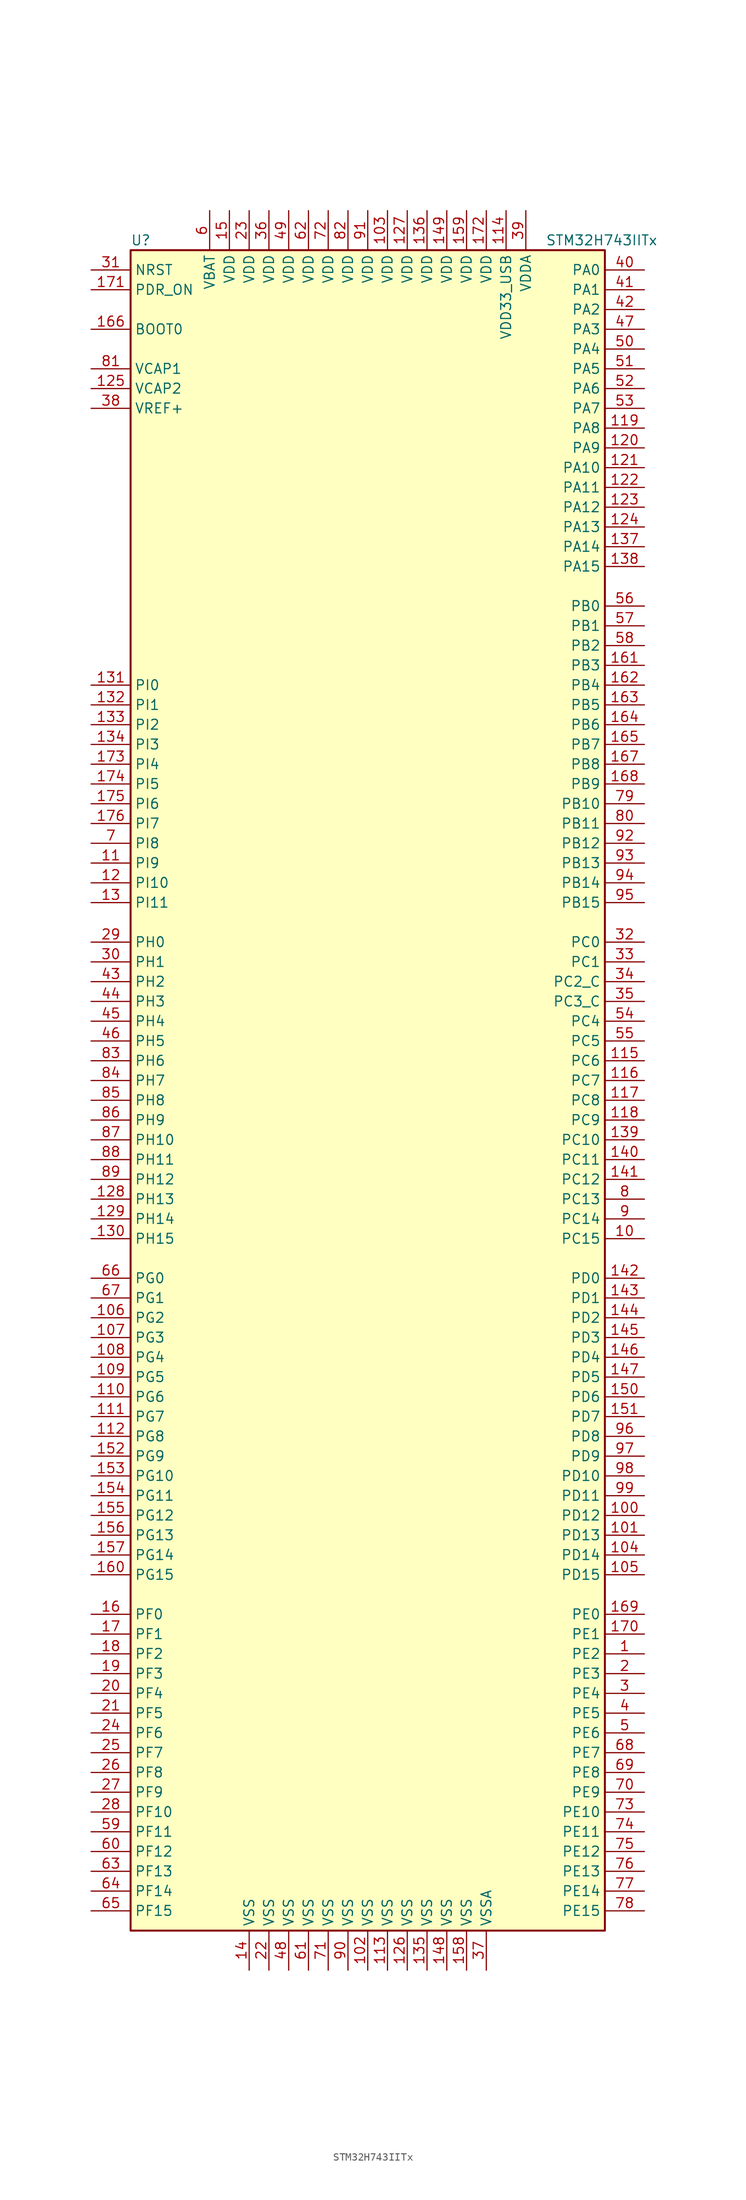
<source format=kicad_sym>
(kicad_symbol_lib
  (version 20211014)
  (generator kicad_symbol_editor)
  (symbol "STM32H743IITx"
    (property "Reference" "U"
      (at -30.48 107.95 0)
      (effects (font (size 1.27 1.27)) (justify left)))
    (property "Value" "STM32H743IITx"
      (at 22.86 107.95 0)
      (effects (font (size 1.27 1.27)) (justify left)))
    (symbol "STM32H743IITx_0_1"
      (rectangle (start -30.48 -109.22) (end 30.48 106.68) (stroke (width 0.254) (type default) (color 0 0 0 0)) (fill (type background))))
    (symbol "STM32H743IITx_1_1"
      (pin bidirectional line (at 35.56 -73.66 180) (length 5.08) (name "PE2" (effects (font (size 1.27 1.27)))) (number "1" (effects (font (size 1.27 1.27)))))
      (pin bidirectional line (at 35.56 -20.32 180) (length 5.08) (name "PC15" (effects (font (size 1.27 1.27)))) (number "10" (effects (font (size 1.27 1.27)))))
      (pin bidirectional line (at 35.56 -55.88 180) (length 5.08) (name "PD12" (effects (font (size 1.27 1.27)))) (number "100" (effects (font (size 1.27 1.27)))))
      (pin bidirectional line (at 35.56 -58.42 180) (length 5.08) (name "PD13" (effects (font (size 1.27 1.27)))) (number "101" (effects (font (size 1.27 1.27)))))
      (pin power_in line (at 0 -114.3 90) (length 5.08) (name "VSS" (effects (font (size 1.27 1.27)))) (number "102" (effects (font (size 1.27 1.27)))))
      (pin power_in line (at 2.54 111.76 270) (length 5.08) (name "VDD" (effects (font (size 1.27 1.27)))) (number "103" (effects (font (size 1.27 1.27)))))
      (pin bidirectional line (at 35.56 -60.96 180) (length 5.08) (name "PD14" (effects (font (size 1.27 1.27)))) (number "104" (effects (font (size 1.27 1.27)))))
      (pin bidirectional line (at 35.56 -63.5 180) (length 5.08) (name "PD15" (effects (font (size 1.27 1.27)))) (number "105" (effects (font (size 1.27 1.27)))))
      (pin bidirectional line (at -35.56 -30.48 0) (length 5.08) (name "PG2" (effects (font (size 1.27 1.27)))) (number "106" (effects (font (size 1.27 1.27)))))
      (pin bidirectional line (at -35.56 -33.02 0) (length 5.08) (name "PG3" (effects (font (size 1.27 1.27)))) (number "107" (effects (font (size 1.27 1.27)))))
      (pin bidirectional line (at -35.56 -35.56 0) (length 5.08) (name "PG4" (effects (font (size 1.27 1.27)))) (number "108" (effects (font (size 1.27 1.27)))))
      (pin bidirectional line (at -35.56 -38.1 0) (length 5.08) (name "PG5" (effects (font (size 1.27 1.27)))) (number "109" (effects (font (size 1.27 1.27)))))
      (pin bidirectional line (at -35.56 27.94 0) (length 5.08) (name "PI9" (effects (font (size 1.27 1.27)))) (number "11" (effects (font (size 1.27 1.27)))))
      (pin bidirectional line (at -35.56 -40.64 0) (length 5.08) (name "PG6" (effects (font (size 1.27 1.27)))) (number "110" (effects (font (size 1.27 1.27)))))
      (pin bidirectional line (at -35.56 -43.18 0) (length 5.08) (name "PG7" (effects (font (size 1.27 1.27)))) (number "111" (effects (font (size 1.27 1.27)))))
      (pin bidirectional line (at -35.56 -45.72 0) (length 5.08) (name "PG8" (effects (font (size 1.27 1.27)))) (number "112" (effects (font (size 1.27 1.27)))))
      (pin power_in line (at 2.54 -114.3 90) (length 5.08) (name "VSS" (effects (font (size 1.27 1.27)))) (number "113" (effects (font (size 1.27 1.27)))))
      (pin power_in line (at 17.78 111.76 270) (length 5.08) (name "VDD33_USB" (effects (font (size 1.27 1.27)))) (number "114" (effects (font (size 1.27 1.27)))))
      (pin bidirectional line (at 35.56 2.54 180) (length 5.08) (name "PC6" (effects (font (size 1.27 1.27)))) (number "115" (effects (font (size 1.27 1.27)))))
      (pin bidirectional line (at 35.56 0 180) (length 5.08) (name "PC7" (effects (font (size 1.27 1.27)))) (number "116" (effects (font (size 1.27 1.27)))))
      (pin bidirectional line (at 35.56 -2.54 180) (length 5.08) (name "PC8" (effects (font (size 1.27 1.27)))) (number "117" (effects (font (size 1.27 1.27)))))
      (pin bidirectional line (at 35.56 -5.08 180) (length 5.08) (name "PC9" (effects (font (size 1.27 1.27)))) (number "118" (effects (font (size 1.27 1.27)))))
      (pin bidirectional line (at 35.56 83.82 180) (length 5.08) (name "PA8" (effects (font (size 1.27 1.27)))) (number "119" (effects (font (size 1.27 1.27)))))
      (pin bidirectional line (at -35.56 25.4 0) (length 5.08) (name "PI10" (effects (font (size 1.27 1.27)))) (number "12" (effects (font (size 1.27 1.27)))))
      (pin bidirectional line (at 35.56 81.28 180) (length 5.08) (name "PA9" (effects (font (size 1.27 1.27)))) (number "120" (effects (font (size 1.27 1.27)))))
      (pin bidirectional line (at 35.56 78.74 180) (length 5.08) (name "PA10" (effects (font (size 1.27 1.27)))) (number "121" (effects (font (size 1.27 1.27)))))
      (pin bidirectional line (at 35.56 76.2 180) (length 5.08) (name "PA11" (effects (font (size 1.27 1.27)))) (number "122" (effects (font (size 1.27 1.27)))))
      (pin bidirectional line (at 35.56 73.66 180) (length 5.08) (name "PA12" (effects (font (size 1.27 1.27)))) (number "123" (effects (font (size 1.27 1.27)))))
      (pin bidirectional line (at 35.56 71.12 180) (length 5.08) (name "PA13" (effects (font (size 1.27 1.27)))) (number "124" (effects (font (size 1.27 1.27)))))
      (pin power_in line (at -35.56 88.9 0) (length 5.08) (name "VCAP2" (effects (font (size 1.27 1.27)))) (number "125" (effects (font (size 1.27 1.27)))))
      (pin power_in line (at 5.08 -114.3 90) (length 5.08) (name "VSS" (effects (font (size 1.27 1.27)))) (number "126" (effects (font (size 1.27 1.27)))))
      (pin power_in line (at 5.08 111.76 270) (length 5.08) (name "VDD" (effects (font (size 1.27 1.27)))) (number "127" (effects (font (size 1.27 1.27)))))
      (pin bidirectional line (at -35.56 -15.24 0) (length 5.08) (name "PH13" (effects (font (size 1.27 1.27)))) (number "128" (effects (font (size 1.27 1.27)))))
      (pin bidirectional line (at -35.56 -17.78 0) (length 5.08) (name "PH14" (effects (font (size 1.27 1.27)))) (number "129" (effects (font (size 1.27 1.27)))))
      (pin bidirectional line (at -35.56 22.86 0) (length 5.08) (name "PI11" (effects (font (size 1.27 1.27)))) (number "13" (effects (font (size 1.27 1.27)))))
      (pin bidirectional line (at -35.56 -20.32 0) (length 5.08) (name "PH15" (effects (font (size 1.27 1.27)))) (number "130" (effects (font (size 1.27 1.27)))))
      (pin bidirectional line (at -35.56 50.8 0) (length 5.08) (name "PI0" (effects (font (size 1.27 1.27)))) (number "131" (effects (font (size 1.27 1.27)))))
      (pin bidirectional line (at -35.56 48.26 0) (length 5.08) (name "PI1" (effects (font (size 1.27 1.27)))) (number "132" (effects (font (size 1.27 1.27)))))
      (pin bidirectional line (at -35.56 45.72 0) (length 5.08) (name "PI2" (effects (font (size 1.27 1.27)))) (number "133" (effects (font (size 1.27 1.27)))))
      (pin bidirectional line (at -35.56 43.18 0) (length 5.08) (name "PI3" (effects (font (size 1.27 1.27)))) (number "134" (effects (font (size 1.27 1.27)))))
      (pin power_in line (at 7.62 -114.3 90) (length 5.08) (name "VSS" (effects (font (size 1.27 1.27)))) (number "135" (effects (font (size 1.27 1.27)))))
      (pin power_in line (at 7.62 111.76 270) (length 5.08) (name "VDD" (effects (font (size 1.27 1.27)))) (number "136" (effects (font (size 1.27 1.27)))))
      (pin bidirectional line (at 35.56 68.58 180) (length 5.08) (name "PA14" (effects (font (size 1.27 1.27)))) (number "137" (effects (font (size 1.27 1.27)))))
      (pin bidirectional line (at 35.56 66.04 180) (length 5.08) (name "PA15" (effects (font (size 1.27 1.27)))) (number "138" (effects (font (size 1.27 1.27)))))
      (pin bidirectional line (at 35.56 -7.62 180) (length 5.08) (name "PC10" (effects (font (size 1.27 1.27)))) (number "139" (effects (font (size 1.27 1.27)))))
      (pin power_in line (at -15.24 -114.3 90) (length 5.08) (name "VSS" (effects (font (size 1.27 1.27)))) (number "14" (effects (font (size 1.27 1.27)))))
      (pin bidirectional line (at 35.56 -10.16 180) (length 5.08) (name "PC11" (effects (font (size 1.27 1.27)))) (number "140" (effects (font (size 1.27 1.27)))))
      (pin bidirectional line (at 35.56 -12.7 180) (length 5.08) (name "PC12" (effects (font (size 1.27 1.27)))) (number "141" (effects (font (size 1.27 1.27)))))
      (pin bidirectional line (at 35.56 -25.4 180) (length 5.08) (name "PD0" (effects (font (size 1.27 1.27)))) (number "142" (effects (font (size 1.27 1.27)))))
      (pin bidirectional line (at 35.56 -27.94 180) (length 5.08) (name "PD1" (effects (font (size 1.27 1.27)))) (number "143" (effects (font (size 1.27 1.27)))))
      (pin bidirectional line (at 35.56 -30.48 180) (length 5.08) (name "PD2" (effects (font (size 1.27 1.27)))) (number "144" (effects (font (size 1.27 1.27)))))
      (pin bidirectional line (at 35.56 -33.02 180) (length 5.08) (name "PD3" (effects (font (size 1.27 1.27)))) (number "145" (effects (font (size 1.27 1.27)))))
      (pin bidirectional line (at 35.56 -35.56 180) (length 5.08) (name "PD4" (effects (font (size 1.27 1.27)))) (number "146" (effects (font (size 1.27 1.27)))))
      (pin bidirectional line (at 35.56 -38.1 180) (length 5.08) (name "PD5" (effects (font (size 1.27 1.27)))) (number "147" (effects (font (size 1.27 1.27)))))
      (pin power_in line (at 10.16 -114.3 90) (length 5.08) (name "VSS" (effects (font (size 1.27 1.27)))) (number "148" (effects (font (size 1.27 1.27)))))
      (pin power_in line (at 10.16 111.76 270) (length 5.08) (name "VDD" (effects (font (size 1.27 1.27)))) (number "149" (effects (font (size 1.27 1.27)))))
      (pin power_in line (at -17.78 111.76 270) (length 5.08) (name "VDD" (effects (font (size 1.27 1.27)))) (number "15" (effects (font (size 1.27 1.27)))))
      (pin bidirectional line (at 35.56 -40.64 180) (length 5.08) (name "PD6" (effects (font (size 1.27 1.27)))) (number "150" (effects (font (size 1.27 1.27)))))
      (pin bidirectional line (at 35.56 -43.18 180) (length 5.08) (name "PD7" (effects (font (size 1.27 1.27)))) (number "151" (effects (font (size 1.27 1.27)))))
      (pin bidirectional line (at -35.56 -48.26 0) (length 5.08) (name "PG9" (effects (font (size 1.27 1.27)))) (number "152" (effects (font (size 1.27 1.27)))))
      (pin bidirectional line (at -35.56 -50.8 0) (length 5.08) (name "PG10" (effects (font (size 1.27 1.27)))) (number "153" (effects (font (size 1.27 1.27)))))
      (pin bidirectional line (at -35.56 -53.34 0) (length 5.08) (name "PG11" (effects (font (size 1.27 1.27)))) (number "154" (effects (font (size 1.27 1.27)))))
      (pin bidirectional line (at -35.56 -55.88 0) (length 5.08) (name "PG12" (effects (font (size 1.27 1.27)))) (number "155" (effects (font (size 1.27 1.27)))))
      (pin bidirectional line (at -35.56 -58.42 0) (length 5.08) (name "PG13" (effects (font (size 1.27 1.27)))) (number "156" (effects (font (size 1.27 1.27)))))
      (pin bidirectional line (at -35.56 -60.96 0) (length 5.08) (name "PG14" (effects (font (size 1.27 1.27)))) (number "157" (effects (font (size 1.27 1.27)))))
      (pin power_in line (at 12.7 -114.3 90) (length 5.08) (name "VSS" (effects (font (size 1.27 1.27)))) (number "158" (effects (font (size 1.27 1.27)))))
      (pin power_in line (at 12.7 111.76 270) (length 5.08) (name "VDD" (effects (font (size 1.27 1.27)))) (number "159" (effects (font (size 1.27 1.27)))))
      (pin bidirectional line (at -35.56 -68.58 0) (length 5.08) (name "PF0" (effects (font (size 1.27 1.27)))) (number "16" (effects (font (size 1.27 1.27)))))
      (pin bidirectional line (at -35.56 -63.5 0) (length 5.08) (name "PG15" (effects (font (size 1.27 1.27)))) (number "160" (effects (font (size 1.27 1.27)))))
      (pin bidirectional line (at 35.56 53.34 180) (length 5.08) (name "PB3" (effects (font (size 1.27 1.27)))) (number "161" (effects (font (size 1.27 1.27)))))
      (pin bidirectional line (at 35.56 50.8 180) (length 5.08) (name "PB4" (effects (font (size 1.27 1.27)))) (number "162" (effects (font (size 1.27 1.27)))))
      (pin bidirectional line (at 35.56 48.26 180) (length 5.08) (name "PB5" (effects (font (size 1.27 1.27)))) (number "163" (effects (font (size 1.27 1.27)))))
      (pin bidirectional line (at 35.56 45.72 180) (length 5.08) (name "PB6" (effects (font (size 1.27 1.27)))) (number "164" (effects (font (size 1.27 1.27)))))
      (pin bidirectional line (at 35.56 43.18 180) (length 5.08) (name "PB7" (effects (font (size 1.27 1.27)))) (number "165" (effects (font (size 1.27 1.27)))))
      (pin input line (at -35.56 96.52 0) (length 5.08) (name "BOOT0" (effects (font (size 1.27 1.27)))) (number "166" (effects (font (size 1.27 1.27)))))
      (pin bidirectional line (at 35.56 40.64 180) (length 5.08) (name "PB8" (effects (font (size 1.27 1.27)))) (number "167" (effects (font (size 1.27 1.27)))))
      (pin bidirectional line (at 35.56 38.1 180) (length 5.08) (name "PB9" (effects (font (size 1.27 1.27)))) (number "168" (effects (font (size 1.27 1.27)))))
      (pin bidirectional line (at 35.56 -68.58 180) (length 5.08) (name "PE0" (effects (font (size 1.27 1.27)))) (number "169" (effects (font (size 1.27 1.27)))))
      (pin bidirectional line (at -35.56 -71.12 0) (length 5.08) (name "PF1" (effects (font (size 1.27 1.27)))) (number "17" (effects (font (size 1.27 1.27)))))
      (pin bidirectional line (at 35.56 -71.12 180) (length 5.08) (name "PE1" (effects (font (size 1.27 1.27)))) (number "170" (effects (font (size 1.27 1.27)))))
      (pin input line (at -35.56 101.6 0) (length 5.08) (name "PDR_ON" (effects (font (size 1.27 1.27)))) (number "171" (effects (font (size 1.27 1.27)))))
      (pin power_in line (at 15.24 111.76 270) (length 5.08) (name "VDD" (effects (font (size 1.27 1.27)))) (number "172" (effects (font (size 1.27 1.27)))))
      (pin bidirectional line (at -35.56 40.64 0) (length 5.08) (name "PI4" (effects (font (size 1.27 1.27)))) (number "173" (effects (font (size 1.27 1.27)))))
      (pin bidirectional line (at -35.56 38.1 0) (length 5.08) (name "PI5" (effects (font (size 1.27 1.27)))) (number "174" (effects (font (size 1.27 1.27)))))
      (pin bidirectional line (at -35.56 35.56 0) (length 5.08) (name "PI6" (effects (font (size 1.27 1.27)))) (number "175" (effects (font (size 1.27 1.27)))))
      (pin bidirectional line (at -35.56 33.02 0) (length 5.08) (name "PI7" (effects (font (size 1.27 1.27)))) (number "176" (effects (font (size 1.27 1.27)))))
      (pin bidirectional line (at -35.56 -73.66 0) (length 5.08) (name "PF2" (effects (font (size 1.27 1.27)))) (number "18" (effects (font (size 1.27 1.27)))))
      (pin bidirectional line (at -35.56 -76.2 0) (length 5.08) (name "PF3" (effects (font (size 1.27 1.27)))) (number "19" (effects (font (size 1.27 1.27)))))
      (pin bidirectional line (at 35.56 -76.2 180) (length 5.08) (name "PE3" (effects (font (size 1.27 1.27)))) (number "2" (effects (font (size 1.27 1.27)))))
      (pin bidirectional line (at -35.56 -78.74 0) (length 5.08) (name "PF4" (effects (font (size 1.27 1.27)))) (number "20" (effects (font (size 1.27 1.27)))))
      (pin bidirectional line (at -35.56 -81.28 0) (length 5.08) (name "PF5" (effects (font (size 1.27 1.27)))) (number "21" (effects (font (size 1.27 1.27)))))
      (pin power_in line (at -12.7 -114.3 90) (length 5.08) (name "VSS" (effects (font (size 1.27 1.27)))) (number "22" (effects (font (size 1.27 1.27)))))
      (pin power_in line (at -15.24 111.76 270) (length 5.08) (name "VDD" (effects (font (size 1.27 1.27)))) (number "23" (effects (font (size 1.27 1.27)))))
      (pin bidirectional line (at -35.56 -83.82 0) (length 5.08) (name "PF6" (effects (font (size 1.27 1.27)))) (number "24" (effects (font (size 1.27 1.27)))))
      (pin bidirectional line (at -35.56 -86.36 0) (length 5.08) (name "PF7" (effects (font (size 1.27 1.27)))) (number "25" (effects (font (size 1.27 1.27)))))
      (pin bidirectional line (at -35.56 -88.9 0) (length 5.08) (name "PF8" (effects (font (size 1.27 1.27)))) (number "26" (effects (font (size 1.27 1.27)))))
      (pin bidirectional line (at -35.56 -91.44 0) (length 5.08) (name "PF9" (effects (font (size 1.27 1.27)))) (number "27" (effects (font (size 1.27 1.27)))))
      (pin bidirectional line (at -35.56 -93.98 0) (length 5.08) (name "PF10" (effects (font (size 1.27 1.27)))) (number "28" (effects (font (size 1.27 1.27)))))
      (pin input line (at -35.56 17.78 0) (length 5.08) (name "PH0" (effects (font (size 1.27 1.27)))) (number "29" (effects (font (size 1.27 1.27)))))
      (pin bidirectional line (at 35.56 -78.74 180) (length 5.08) (name "PE4" (effects (font (size 1.27 1.27)))) (number "3" (effects (font (size 1.27 1.27)))))
      (pin input line (at -35.56 15.24 0) (length 5.08) (name "PH1" (effects (font (size 1.27 1.27)))) (number "30" (effects (font (size 1.27 1.27)))))
      (pin input line (at -35.56 104.14 0) (length 5.08) (name "NRST" (effects (font (size 1.27 1.27)))) (number "31" (effects (font (size 1.27 1.27)))))
      (pin bidirectional line (at 35.56 17.78 180) (length 5.08) (name "PC0" (effects (font (size 1.27 1.27)))) (number "32" (effects (font (size 1.27 1.27)))))
      (pin bidirectional line (at 35.56 15.24 180) (length 5.08) (name "PC1" (effects (font (size 1.27 1.27)))) (number "33" (effects (font (size 1.27 1.27)))))
      (pin bidirectional line (at 35.56 12.7 180) (length 5.08) (name "PC2_C" (effects (font (size 1.27 1.27)))) (number "34" (effects (font (size 1.27 1.27)))))
      (pin bidirectional line (at 35.56 10.16 180) (length 5.08) (name "PC3_C" (effects (font (size 1.27 1.27)))) (number "35" (effects (font (size 1.27 1.27)))))
      (pin power_in line (at -12.7 111.76 270) (length 5.08) (name "VDD" (effects (font (size 1.27 1.27)))) (number "36" (effects (font (size 1.27 1.27)))))
      (pin power_in line (at 15.24 -114.3 90) (length 5.08) (name "VSSA" (effects (font (size 1.27 1.27)))) (number "37" (effects (font (size 1.27 1.27)))))
      (pin bidirectional line (at -35.56 86.36 0) (length 5.08) (name "VREF+" (effects (font (size 1.27 1.27)))) (number "38" (effects (font (size 1.27 1.27)))))
      (pin power_in line (at 20.32 111.76 270) (length 5.08) (name "VDDA" (effects (font (size 1.27 1.27)))) (number "39" (effects (font (size 1.27 1.27)))))
      (pin bidirectional line (at 35.56 -81.28 180) (length 5.08) (name "PE5" (effects (font (size 1.27 1.27)))) (number "4" (effects (font (size 1.27 1.27)))))
      (pin bidirectional line (at 35.56 104.14 180) (length 5.08) (name "PA0" (effects (font (size 1.27 1.27)))) (number "40" (effects (font (size 1.27 1.27)))))
      (pin bidirectional line (at 35.56 101.6 180) (length 5.08) (name "PA1" (effects (font (size 1.27 1.27)))) (number "41" (effects (font (size 1.27 1.27)))))
      (pin bidirectional line (at 35.56 99.06 180) (length 5.08) (name "PA2" (effects (font (size 1.27 1.27)))) (number "42" (effects (font (size 1.27 1.27)))))
      (pin bidirectional line (at -35.56 12.7 0) (length 5.08) (name "PH2" (effects (font (size 1.27 1.27)))) (number "43" (effects (font (size 1.27 1.27)))))
      (pin bidirectional line (at -35.56 10.16 0) (length 5.08) (name "PH3" (effects (font (size 1.27 1.27)))) (number "44" (effects (font (size 1.27 1.27)))))
      (pin bidirectional line (at -35.56 7.62 0) (length 5.08) (name "PH4" (effects (font (size 1.27 1.27)))) (number "45" (effects (font (size 1.27 1.27)))))
      (pin bidirectional line (at -35.56 5.08 0) (length 5.08) (name "PH5" (effects (font (size 1.27 1.27)))) (number "46" (effects (font (size 1.27 1.27)))))
      (pin bidirectional line (at 35.56 96.52 180) (length 5.08) (name "PA3" (effects (font (size 1.27 1.27)))) (number "47" (effects (font (size 1.27 1.27)))))
      (pin power_in line (at -10.16 -114.3 90) (length 5.08) (name "VSS" (effects (font (size 1.27 1.27)))) (number "48" (effects (font (size 1.27 1.27)))))
      (pin power_in line (at -10.16 111.76 270) (length 5.08) (name "VDD" (effects (font (size 1.27 1.27)))) (number "49" (effects (font (size 1.27 1.27)))))
      (pin bidirectional line (at 35.56 -83.82 180) (length 5.08) (name "PE6" (effects (font (size 1.27 1.27)))) (number "5" (effects (font (size 1.27 1.27)))))
      (pin bidirectional line (at 35.56 93.98 180) (length 5.08) (name "PA4" (effects (font (size 1.27 1.27)))) (number "50" (effects (font (size 1.27 1.27)))))
      (pin bidirectional line (at 35.56 91.44 180) (length 5.08) (name "PA5" (effects (font (size 1.27 1.27)))) (number "51" (effects (font (size 1.27 1.27)))))
      (pin bidirectional line (at 35.56 88.9 180) (length 5.08) (name "PA6" (effects (font (size 1.27 1.27)))) (number "52" (effects (font (size 1.27 1.27)))))
      (pin bidirectional line (at 35.56 86.36 180) (length 5.08) (name "PA7" (effects (font (size 1.27 1.27)))) (number "53" (effects (font (size 1.27 1.27)))))
      (pin bidirectional line (at 35.56 7.62 180) (length 5.08) (name "PC4" (effects (font (size 1.27 1.27)))) (number "54" (effects (font (size 1.27 1.27)))))
      (pin bidirectional line (at 35.56 5.08 180) (length 5.08) (name "PC5" (effects (font (size 1.27 1.27)))) (number "55" (effects (font (size 1.27 1.27)))))
      (pin bidirectional line (at 35.56 60.96 180) (length 5.08) (name "PB0" (effects (font (size 1.27 1.27)))) (number "56" (effects (font (size 1.27 1.27)))))
      (pin bidirectional line (at 35.56 58.42 180) (length 5.08) (name "PB1" (effects (font (size 1.27 1.27)))) (number "57" (effects (font (size 1.27 1.27)))))
      (pin bidirectional line (at 35.56 55.88 180) (length 5.08) (name "PB2" (effects (font (size 1.27 1.27)))) (number "58" (effects (font (size 1.27 1.27)))))
      (pin bidirectional line (at -35.56 -96.52 0) (length 5.08) (name "PF11" (effects (font (size 1.27 1.27)))) (number "59" (effects (font (size 1.27 1.27)))))
      (pin power_in line (at -20.32 111.76 270) (length 5.08) (name "VBAT" (effects (font (size 1.27 1.27)))) (number "6" (effects (font (size 1.27 1.27)))))
      (pin bidirectional line (at -35.56 -99.06 0) (length 5.08) (name "PF12" (effects (font (size 1.27 1.27)))) (number "60" (effects (font (size 1.27 1.27)))))
      (pin power_in line (at -7.62 -114.3 90) (length 5.08) (name "VSS" (effects (font (size 1.27 1.27)))) (number "61" (effects (font (size 1.27 1.27)))))
      (pin power_in line (at -7.62 111.76 270) (length 5.08) (name "VDD" (effects (font (size 1.27 1.27)))) (number "62" (effects (font (size 1.27 1.27)))))
      (pin bidirectional line (at -35.56 -101.6 0) (length 5.08) (name "PF13" (effects (font (size 1.27 1.27)))) (number "63" (effects (font (size 1.27 1.27)))))
      (pin bidirectional line (at -35.56 -104.14 0) (length 5.08) (name "PF14" (effects (font (size 1.27 1.27)))) (number "64" (effects (font (size 1.27 1.27)))))
      (pin bidirectional line (at -35.56 -106.68 0) (length 5.08) (name "PF15" (effects (font (size 1.27 1.27)))) (number "65" (effects (font (size 1.27 1.27)))))
      (pin bidirectional line (at -35.56 -25.4 0) (length 5.08) (name "PG0" (effects (font (size 1.27 1.27)))) (number "66" (effects (font (size 1.27 1.27)))))
      (pin bidirectional line (at -35.56 -27.94 0) (length 5.08) (name "PG1" (effects (font (size 1.27 1.27)))) (number "67" (effects (font (size 1.27 1.27)))))
      (pin bidirectional line (at 35.56 -86.36 180) (length 5.08) (name "PE7" (effects (font (size 1.27 1.27)))) (number "68" (effects (font (size 1.27 1.27)))))
      (pin bidirectional line (at 35.56 -88.9 180) (length 5.08) (name "PE8" (effects (font (size 1.27 1.27)))) (number "69" (effects (font (size 1.27 1.27)))))
      (pin bidirectional line (at -35.56 30.48 0) (length 5.08) (name "PI8" (effects (font (size 1.27 1.27)))) (number "7" (effects (font (size 1.27 1.27)))))
      (pin bidirectional line (at 35.56 -91.44 180) (length 5.08) (name "PE9" (effects (font (size 1.27 1.27)))) (number "70" (effects (font (size 1.27 1.27)))))
      (pin power_in line (at -5.08 -114.3 90) (length 5.08) (name "VSS" (effects (font (size 1.27 1.27)))) (number "71" (effects (font (size 1.27 1.27)))))
      (pin power_in line (at -5.08 111.76 270) (length 5.08) (name "VDD" (effects (font (size 1.27 1.27)))) (number "72" (effects (font (size 1.27 1.27)))))
      (pin bidirectional line (at 35.56 -93.98 180) (length 5.08) (name "PE10" (effects (font (size 1.27 1.27)))) (number "73" (effects (font (size 1.27 1.27)))))
      (pin bidirectional line (at 35.56 -96.52 180) (length 5.08) (name "PE11" (effects (font (size 1.27 1.27)))) (number "74" (effects (font (size 1.27 1.27)))))
      (pin bidirectional line (at 35.56 -99.06 180) (length 5.08) (name "PE12" (effects (font (size 1.27 1.27)))) (number "75" (effects (font (size 1.27 1.27)))))
      (pin bidirectional line (at 35.56 -101.6 180) (length 5.08) (name "PE13" (effects (font (size 1.27 1.27)))) (number "76" (effects (font (size 1.27 1.27)))))
      (pin bidirectional line (at 35.56 -104.14 180) (length 5.08) (name "PE14" (effects (font (size 1.27 1.27)))) (number "77" (effects (font (size 1.27 1.27)))))
      (pin bidirectional line (at 35.56 -106.68 180) (length 5.08) (name "PE15" (effects (font (size 1.27 1.27)))) (number "78" (effects (font (size 1.27 1.27)))))
      (pin bidirectional line (at 35.56 35.56 180) (length 5.08) (name "PB10" (effects (font (size 1.27 1.27)))) (number "79" (effects (font (size 1.27 1.27)))))
      (pin bidirectional line (at 35.56 -15.24 180) (length 5.08) (name "PC13" (effects (font (size 1.27 1.27)))) (number "8" (effects (font (size 1.27 1.27)))))
      (pin bidirectional line (at 35.56 33.02 180) (length 5.08) (name "PB11" (effects (font (size 1.27 1.27)))) (number "80" (effects (font (size 1.27 1.27)))))
      (pin power_in line (at -35.56 91.44 0) (length 5.08) (name "VCAP1" (effects (font (size 1.27 1.27)))) (number "81" (effects (font (size 1.27 1.27)))))
      (pin power_in line (at -2.54 111.76 270) (length 5.08) (name "VDD" (effects (font (size 1.27 1.27)))) (number "82" (effects (font (size 1.27 1.27)))))
      (pin bidirectional line (at -35.56 2.54 0) (length 5.08) (name "PH6" (effects (font (size 1.27 1.27)))) (number "83" (effects (font (size 1.27 1.27)))))
      (pin bidirectional line (at -35.56 0 0) (length 5.08) (name "PH7" (effects (font (size 1.27 1.27)))) (number "84" (effects (font (size 1.27 1.27)))))
      (pin bidirectional line (at -35.56 -2.54 0) (length 5.08) (name "PH8" (effects (font (size 1.27 1.27)))) (number "85" (effects (font (size 1.27 1.27)))))
      (pin bidirectional line (at -35.56 -5.08 0) (length 5.08) (name "PH9" (effects (font (size 1.27 1.27)))) (number "86" (effects (font (size 1.27 1.27)))))
      (pin bidirectional line (at -35.56 -7.62 0) (length 5.08) (name "PH10" (effects (font (size 1.27 1.27)))) (number "87" (effects (font (size 1.27 1.27)))))
      (pin bidirectional line (at -35.56 -10.16 0) (length 5.08) (name "PH11" (effects (font (size 1.27 1.27)))) (number "88" (effects (font (size 1.27 1.27)))))
      (pin bidirectional line (at -35.56 -12.7 0) (length 5.08) (name "PH12" (effects (font (size 1.27 1.27)))) (number "89" (effects (font (size 1.27 1.27)))))
      (pin bidirectional line (at 35.56 -17.78 180) (length 5.08) (name "PC14" (effects (font (size 1.27 1.27)))) (number "9" (effects (font (size 1.27 1.27)))))
      (pin power_in line (at -2.54 -114.3 90) (length 5.08) (name "VSS" (effects (font (size 1.27 1.27)))) (number "90" (effects (font (size 1.27 1.27)))))
      (pin power_in line (at 0 111.76 270) (length 5.08) (name "VDD" (effects (font (size 1.27 1.27)))) (number "91" (effects (font (size 1.27 1.27)))))
      (pin bidirectional line (at 35.56 30.48 180) (length 5.08) (name "PB12" (effects (font (size 1.27 1.27)))) (number "92" (effects (font (size 1.27 1.27)))))
      (pin bidirectional line (at 35.56 27.94 180) (length 5.08) (name "PB13" (effects (font (size 1.27 1.27)))) (number "93" (effects (font (size 1.27 1.27)))))
      (pin bidirectional line (at 35.56 25.4 180) (length 5.08) (name "PB14" (effects (font (size 1.27 1.27)))) (number "94" (effects (font (size 1.27 1.27)))))
      (pin bidirectional line (at 35.56 22.86 180) (length 5.08) (name "PB15" (effects (font (size 1.27 1.27)))) (number "95" (effects (font (size 1.27 1.27)))))
      (pin bidirectional line (at 35.56 -45.72 180) (length 5.08) (name "PD8" (effects (font (size 1.27 1.27)))) (number "96" (effects (font (size 1.27 1.27)))))
      (pin bidirectional line (at 35.56 -48.26 180) (length 5.08) (name "PD9" (effects (font (size 1.27 1.27)))) (number "97" (effects (font (size 1.27 1.27)))))
      (pin bidirectional line (at 35.56 -50.8 180) (length 5.08) (name "PD10" (effects (font (size 1.27 1.27)))) (number "98" (effects (font (size 1.27 1.27)))))
      (pin bidirectional line (at 35.56 -53.34 180) (length 5.08) (name "PD11" (effects (font (size 1.27 1.27)))) (number "99" (effects (font (size 1.27 1.27))))))))
</source>
